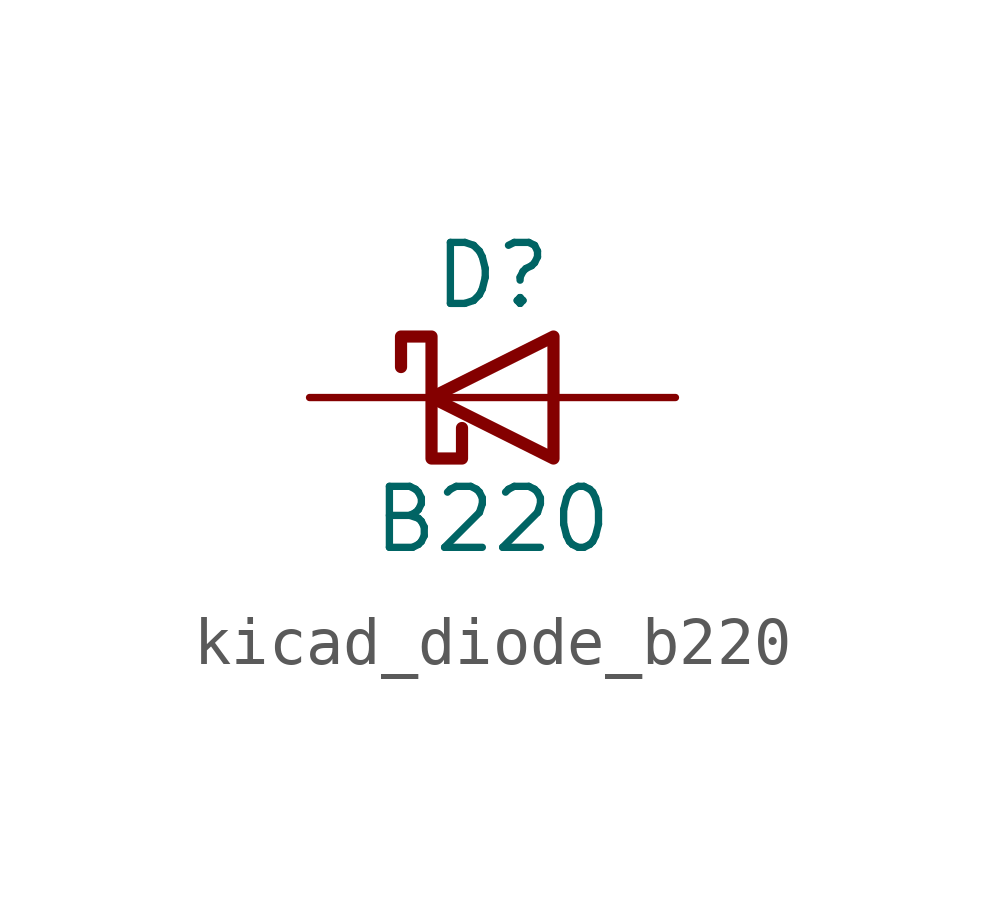
<source format=kicad_sym>
(kicad_symbol_lib
  (version 20220914)
  (generator kicad_symbol_editor)
  (symbol "kicad_diode_b220"
    (pin_numbers hide)
    (pin_names
      (offset 1.016) hide)
    (property "Reference" "D"
      (at 0 2.54 0)
      (effects (font (size 1.27 1.27))))
    (property "Value" "B220"
      (at 0 -2.54 0)
      (effects (font (size 1.27 1.27))))
    (symbol "kicad_diode_b220_0_1"
      (polyline (pts (xy 1.27 0) (xy -1.27 0)) (stroke (width 0) (type default)) (fill (type none)))
      (polyline (pts (xy 1.27 1.27) (xy 1.27 -1.27) (xy -1.27 0) (xy 1.27 1.27)) (stroke (width 0.254) (type default)) (fill (type none)))
      (polyline (pts (xy -1.905 0.635) (xy -1.905 1.27) (xy -1.27 1.27) (xy -1.27 -1.27) (xy -0.635 -1.27) (xy -0.635 -0.635)) (stroke (width 0.254) (type default)) (fill (type none))))
    (symbol "kicad_diode_b220_1_1"
      (pin passive line (at -3.81 0 0) (length 2.54) (name "K" (effects (font (size 1.27 1.27)))) (number "1" (effects (font (size 1.27 1.27)))))
      (pin passive line (at 3.81 0 180) (length 2.54) (name "A" (effects (font (size 1.27 1.27)))) (number "2" (effects (font (size 1.27 1.27))))))))
</source>
